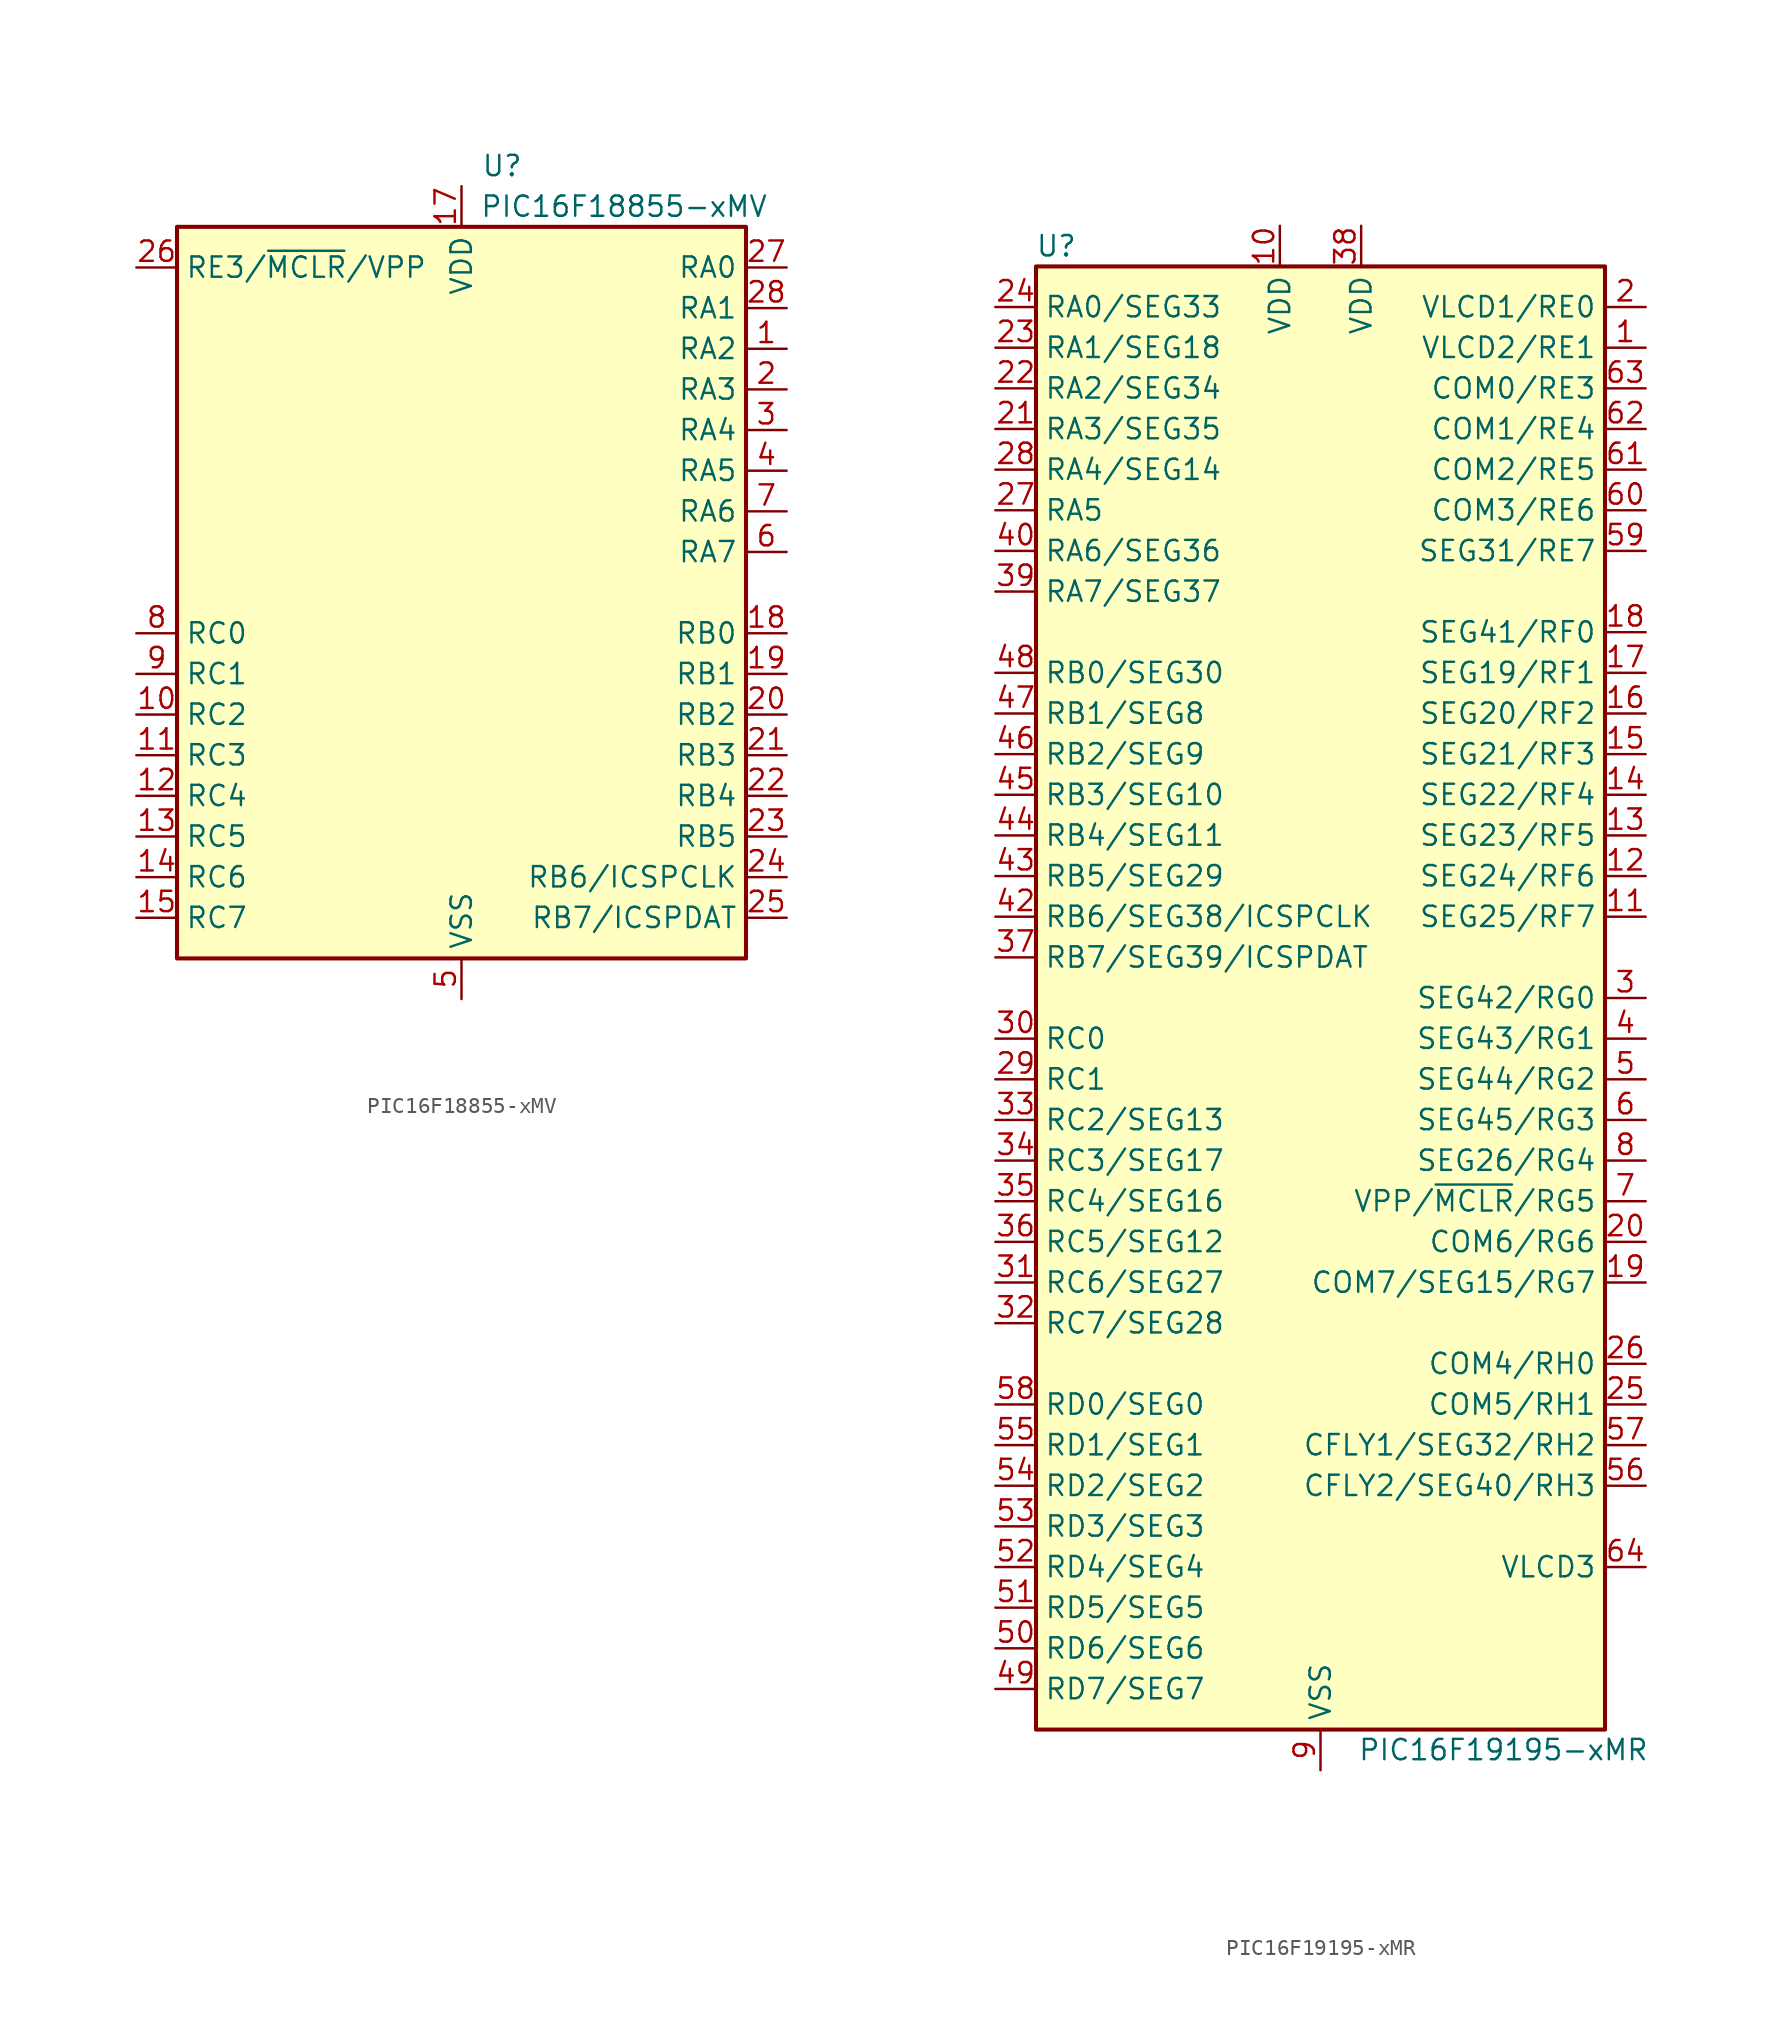
<source format=kicad_sym>
(kicad_symbol_lib
  (version 20201005)
  (generator kicad_symbol_editor)
  (symbol "MCU_Microchip_PIC16:PIC16F18855-xMV"
    (property "Reference" "U"
      (at 2.54 26.67 0)
      (effects (font (size 1.27 1.27))))
    (property "Value" "PIC16F18855-xMV"
      (at 10.16 24.13 0)
      (effects (font (size 1.27 1.27))))
    (symbol "PIC16F18855-xMV_0_0"
      (pin passive line (at 0 -25.4 90) (length 2.54) hide (name "VSS" (effects (font (size 1.27 1.27)))) (number "29" (effects (font (size 1.27 1.27))))))
    (symbol "PIC16F18855-xMV_0_1"
      (rectangle (start -17.78 22.86) (end 17.78 -22.86) (stroke (width 0.254)) (fill (type background))))
    (symbol "PIC16F18855-xMV_1_1"
      (pin bidirectional line (at 20.32 15.24 180) (length 2.54) (name "RA2" (effects (font (size 1.27 1.27)))) (number "1" (effects (font (size 1.27 1.27)))))
      (pin bidirectional line (at -20.32 -7.62 0) (length 2.54) (name "RC2" (effects (font (size 1.27 1.27)))) (number "10" (effects (font (size 1.27 1.27)))))
      (pin bidirectional line (at -20.32 -10.16 0) (length 2.54) (name "RC3" (effects (font (size 1.27 1.27)))) (number "11" (effects (font (size 1.27 1.27)))))
      (pin bidirectional line (at -20.32 -12.7 0) (length 2.54) (name "RC4" (effects (font (size 1.27 1.27)))) (number "12" (effects (font (size 1.27 1.27)))))
      (pin bidirectional line (at -20.32 -15.24 0) (length 2.54) (name "RC5" (effects (font (size 1.27 1.27)))) (number "13" (effects (font (size 1.27 1.27)))))
      (pin bidirectional line (at -20.32 -17.78 0) (length 2.54) (name "RC6" (effects (font (size 1.27 1.27)))) (number "14" (effects (font (size 1.27 1.27)))))
      (pin bidirectional line (at -20.32 -20.32 0) (length 2.54) (name "RC7" (effects (font (size 1.27 1.27)))) (number "15" (effects (font (size 1.27 1.27)))))
      (pin passive line (at 0 -25.4 90) (length 2.54) hide (name "VSS" (effects (font (size 1.27 1.27)))) (number "16" (effects (font (size 1.27 1.27)))))
      (pin power_in line (at 0 25.4 270) (length 2.54) (name "VDD" (effects (font (size 1.27 1.27)))) (number "17" (effects (font (size 1.27 1.27)))))
      (pin bidirectional line (at 20.32 -2.54 180) (length 2.54) (name "RB0" (effects (font (size 1.27 1.27)))) (number "18" (effects (font (size 1.27 1.27)))))
      (pin bidirectional line (at 20.32 -5.08 180) (length 2.54) (name "RB1" (effects (font (size 1.27 1.27)))) (number "19" (effects (font (size 1.27 1.27)))))
      (pin bidirectional line (at 20.32 12.7 180) (length 2.54) (name "RA3" (effects (font (size 1.27 1.27)))) (number "2" (effects (font (size 1.27 1.27)))))
      (pin bidirectional line (at 20.32 -7.62 180) (length 2.54) (name "RB2" (effects (font (size 1.27 1.27)))) (number "20" (effects (font (size 1.27 1.27)))))
      (pin bidirectional line (at 20.32 -10.16 180) (length 2.54) (name "RB3" (effects (font (size 1.27 1.27)))) (number "21" (effects (font (size 1.27 1.27)))))
      (pin bidirectional line (at 20.32 -12.7 180) (length 2.54) (name "RB4" (effects (font (size 1.27 1.27)))) (number "22" (effects (font (size 1.27 1.27)))))
      (pin bidirectional line (at 20.32 -15.24 180) (length 2.54) (name "RB5" (effects (font (size 1.27 1.27)))) (number "23" (effects (font (size 1.27 1.27)))))
      (pin bidirectional line (at 20.32 -17.78 180) (length 2.54) (name "RB6/ICSPCLK" (effects (font (size 1.27 1.27)))) (number "24" (effects (font (size 1.27 1.27)))))
      (pin bidirectional line (at 20.32 -20.32 180) (length 2.54) (name "RB7/ICSPDAT" (effects (font (size 1.27 1.27)))) (number "25" (effects (font (size 1.27 1.27)))))
      (pin input line (at -20.32 20.32 0) (length 2.54) (name "RE3/~MCLR~/VPP" (effects (font (size 1.27 1.27)))) (number "26" (effects (font (size 1.27 1.27)))))
      (pin bidirectional line (at 20.32 20.32 180) (length 2.54) (name "RA0" (effects (font (size 1.27 1.27)))) (number "27" (effects (font (size 1.27 1.27)))))
      (pin bidirectional line (at 20.32 17.78 180) (length 2.54) (name "RA1" (effects (font (size 1.27 1.27)))) (number "28" (effects (font (size 1.27 1.27)))))
      (pin bidirectional line (at 20.32 10.16 180) (length 2.54) (name "RA4" (effects (font (size 1.27 1.27)))) (number "3" (effects (font (size 1.27 1.27)))))
      (pin bidirectional line (at 20.32 7.62 180) (length 2.54) (name "RA5" (effects (font (size 1.27 1.27)))) (number "4" (effects (font (size 1.27 1.27)))))
      (pin power_in line (at 0 -25.4 90) (length 2.54) (name "VSS" (effects (font (size 1.27 1.27)))) (number "5" (effects (font (size 1.27 1.27)))))
      (pin bidirectional line (at 20.32 2.54 180) (length 2.54) (name "RA7" (effects (font (size 1.27 1.27)))) (number "6" (effects (font (size 1.27 1.27)))))
      (pin bidirectional line (at 20.32 5.08 180) (length 2.54) (name "RA6" (effects (font (size 1.27 1.27)))) (number "7" (effects (font (size 1.27 1.27)))))
      (pin bidirectional line (at -20.32 -2.54 0) (length 2.54) (name "RC0" (effects (font (size 1.27 1.27)))) (number "8" (effects (font (size 1.27 1.27)))))
      (pin bidirectional line (at -20.32 -5.08 0) (length 2.54) (name "RC1" (effects (font (size 1.27 1.27)))) (number "9" (effects (font (size 1.27 1.27)))))))
  (symbol "MCU_Microchip_PIC16:PIC16F19195-xMR"
    (property "Reference" "U"
      (at -16.51 46.99 0)
      (effects (font (size 1.27 1.27))))
    (property "Value" "PIC16F19195-xMR"
      (at 11.43 -46.99 0)
      (effects (font (size 1.27 1.27))))
    (symbol "PIC16F19195-xMR_0_1"
      (rectangle (start -17.78 45.72) (end 17.78 -45.72) (stroke (width 0.254)) (fill (type background))))
    (symbol "PIC16F19195-xMR_1_1"
      (pin bidirectional line (at 20.32 40.64 180) (length 2.54) (name "VLCD2/RE1" (effects (font (size 1.27 1.27)))) (number "1" (effects (font (size 1.27 1.27)))))
      (pin power_in line (at -2.54 48.26 270) (length 2.54) (name "VDD" (effects (font (size 1.27 1.27)))) (number "10" (effects (font (size 1.27 1.27)))))
      (pin bidirectional line (at 20.32 5.08 180) (length 2.54) (name "SEG25/RF7" (effects (font (size 1.27 1.27)))) (number "11" (effects (font (size 1.27 1.27)))))
      (pin bidirectional line (at 20.32 7.62 180) (length 2.54) (name "SEG24/RF6" (effects (font (size 1.27 1.27)))) (number "12" (effects (font (size 1.27 1.27)))))
      (pin bidirectional line (at 20.32 10.16 180) (length 2.54) (name "SEG23/RF5" (effects (font (size 1.27 1.27)))) (number "13" (effects (font (size 1.27 1.27)))))
      (pin bidirectional line (at 20.32 12.7 180) (length 2.54) (name "SEG22/RF4" (effects (font (size 1.27 1.27)))) (number "14" (effects (font (size 1.27 1.27)))))
      (pin bidirectional line (at 20.32 15.24 180) (length 2.54) (name "SEG21/RF3" (effects (font (size 1.27 1.27)))) (number "15" (effects (font (size 1.27 1.27)))))
      (pin bidirectional line (at 20.32 17.78 180) (length 2.54) (name "SEG20/RF2" (effects (font (size 1.27 1.27)))) (number "16" (effects (font (size 1.27 1.27)))))
      (pin bidirectional line (at 20.32 20.32 180) (length 2.54) (name "SEG19/RF1" (effects (font (size 1.27 1.27)))) (number "17" (effects (font (size 1.27 1.27)))))
      (pin bidirectional line (at 20.32 22.86 180) (length 2.54) (name "SEG41/RF0" (effects (font (size 1.27 1.27)))) (number "18" (effects (font (size 1.27 1.27)))))
      (pin bidirectional line (at 20.32 -17.78 180) (length 2.54) (name "COM7/SEG15/RG7" (effects (font (size 1.27 1.27)))) (number "19" (effects (font (size 1.27 1.27)))))
      (pin bidirectional line (at 20.32 43.18 180) (length 2.54) (name "VLCD1/RE0" (effects (font (size 1.27 1.27)))) (number "2" (effects (font (size 1.27 1.27)))))
      (pin bidirectional line (at 20.32 -15.24 180) (length 2.54) (name "COM6/RG6" (effects (font (size 1.27 1.27)))) (number "20" (effects (font (size 1.27 1.27)))))
      (pin bidirectional line (at -20.32 35.56 0) (length 2.54) (name "RA3/SEG35" (effects (font (size 1.27 1.27)))) (number "21" (effects (font (size 1.27 1.27)))))
      (pin bidirectional line (at -20.32 38.1 0) (length 2.54) (name "RA2/SEG34" (effects (font (size 1.27 1.27)))) (number "22" (effects (font (size 1.27 1.27)))))
      (pin bidirectional line (at -20.32 40.64 0) (length 2.54) (name "RA1/SEG18" (effects (font (size 1.27 1.27)))) (number "23" (effects (font (size 1.27 1.27)))))
      (pin bidirectional line (at -20.32 43.18 0) (length 2.54) (name "RA0/SEG33" (effects (font (size 1.27 1.27)))) (number "24" (effects (font (size 1.27 1.27)))))
      (pin bidirectional line (at 20.32 -25.4 180) (length 2.54) (name "COM5/RH1" (effects (font (size 1.27 1.27)))) (number "25" (effects (font (size 1.27 1.27)))))
      (pin bidirectional line (at 20.32 -22.86 180) (length 2.54) (name "COM4/RH0" (effects (font (size 1.27 1.27)))) (number "26" (effects (font (size 1.27 1.27)))))
      (pin bidirectional line (at -20.32 30.48 0) (length 2.54) (name "RA5" (effects (font (size 1.27 1.27)))) (number "27" (effects (font (size 1.27 1.27)))))
      (pin bidirectional line (at -20.32 33.02 0) (length 2.54) (name "RA4/SEG14" (effects (font (size 1.27 1.27)))) (number "28" (effects (font (size 1.27 1.27)))))
      (pin bidirectional line (at -20.32 -5.08 0) (length 2.54) (name "RC1" (effects (font (size 1.27 1.27)))) (number "29" (effects (font (size 1.27 1.27)))))
      (pin bidirectional line (at 20.32 0 180) (length 2.54) (name "SEG42/RG0" (effects (font (size 1.27 1.27)))) (number "3" (effects (font (size 1.27 1.27)))))
      (pin bidirectional line (at -20.32 -2.54 0) (length 2.54) (name "RC0" (effects (font (size 1.27 1.27)))) (number "30" (effects (font (size 1.27 1.27)))))
      (pin bidirectional line (at -20.32 -17.78 0) (length 2.54) (name "RC6/SEG27" (effects (font (size 1.27 1.27)))) (number "31" (effects (font (size 1.27 1.27)))))
      (pin bidirectional line (at -20.32 -20.32 0) (length 2.54) (name "RC7/SEG28" (effects (font (size 1.27 1.27)))) (number "32" (effects (font (size 1.27 1.27)))))
      (pin bidirectional line (at -20.32 -7.62 0) (length 2.54) (name "RC2/SEG13" (effects (font (size 1.27 1.27)))) (number "33" (effects (font (size 1.27 1.27)))))
      (pin bidirectional line (at -20.32 -10.16 0) (length 2.54) (name "RC3/SEG17" (effects (font (size 1.27 1.27)))) (number "34" (effects (font (size 1.27 1.27)))))
      (pin bidirectional line (at -20.32 -12.7 0) (length 2.54) (name "RC4/SEG16" (effects (font (size 1.27 1.27)))) (number "35" (effects (font (size 1.27 1.27)))))
      (pin bidirectional line (at -20.32 -15.24 0) (length 2.54) (name "RC5/SEG12" (effects (font (size 1.27 1.27)))) (number "36" (effects (font (size 1.27 1.27)))))
      (pin bidirectional line (at -20.32 2.54 0) (length 2.54) (name "RB7/SEG39/ICSPDAT" (effects (font (size 1.27 1.27)))) (number "37" (effects (font (size 1.27 1.27)))))
      (pin power_in line (at 2.54 48.26 270) (length 2.54) (name "VDD" (effects (font (size 1.27 1.27)))) (number "38" (effects (font (size 1.27 1.27)))))
      (pin bidirectional line (at -20.32 25.4 0) (length 2.54) (name "RA7/SEG37" (effects (font (size 1.27 1.27)))) (number "39" (effects (font (size 1.27 1.27)))))
      (pin bidirectional line (at 20.32 -2.54 180) (length 2.54) (name "SEG43/RG1" (effects (font (size 1.27 1.27)))) (number "4" (effects (font (size 1.27 1.27)))))
      (pin bidirectional line (at -20.32 27.94 0) (length 2.54) (name "RA6/SEG36" (effects (font (size 1.27 1.27)))) (number "40" (effects (font (size 1.27 1.27)))))
      (pin passive line (at 0 -48.26 90) (length 2.54) hide (name "VSS" (effects (font (size 1.27 1.27)))) (number "41" (effects (font (size 1.27 1.27)))))
      (pin bidirectional line (at -20.32 5.08 0) (length 2.54) (name "RB6/SEG38/ICSPCLK" (effects (font (size 1.27 1.27)))) (number "42" (effects (font (size 1.27 1.27)))))
      (pin bidirectional line (at -20.32 7.62 0) (length 2.54) (name "RB5/SEG29" (effects (font (size 1.27 1.27)))) (number "43" (effects (font (size 1.27 1.27)))))
      (pin bidirectional line (at -20.32 10.16 0) (length 2.54) (name "RB4/SEG11" (effects (font (size 1.27 1.27)))) (number "44" (effects (font (size 1.27 1.27)))))
      (pin bidirectional line (at -20.32 12.7 0) (length 2.54) (name "RB3/SEG10" (effects (font (size 1.27 1.27)))) (number "45" (effects (font (size 1.27 1.27)))))
      (pin bidirectional line (at -20.32 15.24 0) (length 2.54) (name "RB2/SEG9" (effects (font (size 1.27 1.27)))) (number "46" (effects (font (size 1.27 1.27)))))
      (pin bidirectional line (at -20.32 17.78 0) (length 2.54) (name "RB1/SEG8" (effects (font (size 1.27 1.27)))) (number "47" (effects (font (size 1.27 1.27)))))
      (pin bidirectional line (at -20.32 20.32 0) (length 2.54) (name "RB0/SEG30" (effects (font (size 1.27 1.27)))) (number "48" (effects (font (size 1.27 1.27)))))
      (pin bidirectional line (at -20.32 -43.18 0) (length 2.54) (name "RD7/SEG7" (effects (font (size 1.27 1.27)))) (number "49" (effects (font (size 1.27 1.27)))))
      (pin bidirectional line (at 20.32 -5.08 180) (length 2.54) (name "SEG44/RG2" (effects (font (size 1.27 1.27)))) (number "5" (effects (font (size 1.27 1.27)))))
      (pin bidirectional line (at -20.32 -40.64 0) (length 2.54) (name "RD6/SEG6" (effects (font (size 1.27 1.27)))) (number "50" (effects (font (size 1.27 1.27)))))
      (pin bidirectional line (at -20.32 -38.1 0) (length 2.54) (name "RD5/SEG5" (effects (font (size 1.27 1.27)))) (number "51" (effects (font (size 1.27 1.27)))))
      (pin bidirectional line (at -20.32 -35.56 0) (length 2.54) (name "RD4/SEG4" (effects (font (size 1.27 1.27)))) (number "52" (effects (font (size 1.27 1.27)))))
      (pin bidirectional line (at -20.32 -33.02 0) (length 2.54) (name "RD3/SEG3" (effects (font (size 1.27 1.27)))) (number "53" (effects (font (size 1.27 1.27)))))
      (pin bidirectional line (at -20.32 -30.48 0) (length 2.54) (name "RD2/SEG2" (effects (font (size 1.27 1.27)))) (number "54" (effects (font (size 1.27 1.27)))))
      (pin bidirectional line (at -20.32 -27.94 0) (length 2.54) (name "RD1/SEG1" (effects (font (size 1.27 1.27)))) (number "55" (effects (font (size 1.27 1.27)))))
      (pin bidirectional line (at 20.32 -30.48 180) (length 2.54) (name "CFLY2/SEG40/RH3" (effects (font (size 1.27 1.27)))) (number "56" (effects (font (size 1.27 1.27)))))
      (pin bidirectional line (at 20.32 -27.94 180) (length 2.54) (name "CFLY1/SEG32/RH2" (effects (font (size 1.27 1.27)))) (number "57" (effects (font (size 1.27 1.27)))))
      (pin bidirectional line (at -20.32 -25.4 0) (length 2.54) (name "RD0/SEG0" (effects (font (size 1.27 1.27)))) (number "58" (effects (font (size 1.27 1.27)))))
      (pin bidirectional line (at 20.32 27.94 180) (length 2.54) (name "SEG31/RE7" (effects (font (size 1.27 1.27)))) (number "59" (effects (font (size 1.27 1.27)))))
      (pin bidirectional line (at 20.32 -7.62 180) (length 2.54) (name "SEG45/RG3" (effects (font (size 1.27 1.27)))) (number "6" (effects (font (size 1.27 1.27)))))
      (pin bidirectional line (at 20.32 30.48 180) (length 2.54) (name "COM3/RE6" (effects (font (size 1.27 1.27)))) (number "60" (effects (font (size 1.27 1.27)))))
      (pin bidirectional line (at 20.32 33.02 180) (length 2.54) (name "COM2/RE5" (effects (font (size 1.27 1.27)))) (number "61" (effects (font (size 1.27 1.27)))))
      (pin bidirectional line (at 20.32 35.56 180) (length 2.54) (name "COM1/RE4" (effects (font (size 1.27 1.27)))) (number "62" (effects (font (size 1.27 1.27)))))
      (pin bidirectional line (at 20.32 38.1 180) (length 2.54) (name "COM0/RE3" (effects (font (size 1.27 1.27)))) (number "63" (effects (font (size 1.27 1.27)))))
      (pin input line (at 20.32 -35.56 180) (length 2.54) (name "VLCD3" (effects (font (size 1.27 1.27)))) (number "64" (effects (font (size 1.27 1.27)))))
      (pin passive line (at 0 -48.26 90) (length 2.54) hide (name "VSS" (effects (font (size 1.27 1.27)))) (number "65" (effects (font (size 1.27 1.27)))))
      (pin bidirectional line (at 20.32 -12.7 180) (length 2.54) (name "VPP/~MCLR~/RG5" (effects (font (size 1.27 1.27)))) (number "7" (effects (font (size 1.27 1.27)))))
      (pin bidirectional line (at 20.32 -10.16 180) (length 2.54) (name "SEG26/RG4" (effects (font (size 1.27 1.27)))) (number "8" (effects (font (size 1.27 1.27)))))
      (pin power_in line (at 0 -48.26 90) (length 2.54) (name "VSS" (effects (font (size 1.27 1.27)))) (number "9" (effects (font (size 1.27 1.27))))))))
</source>
